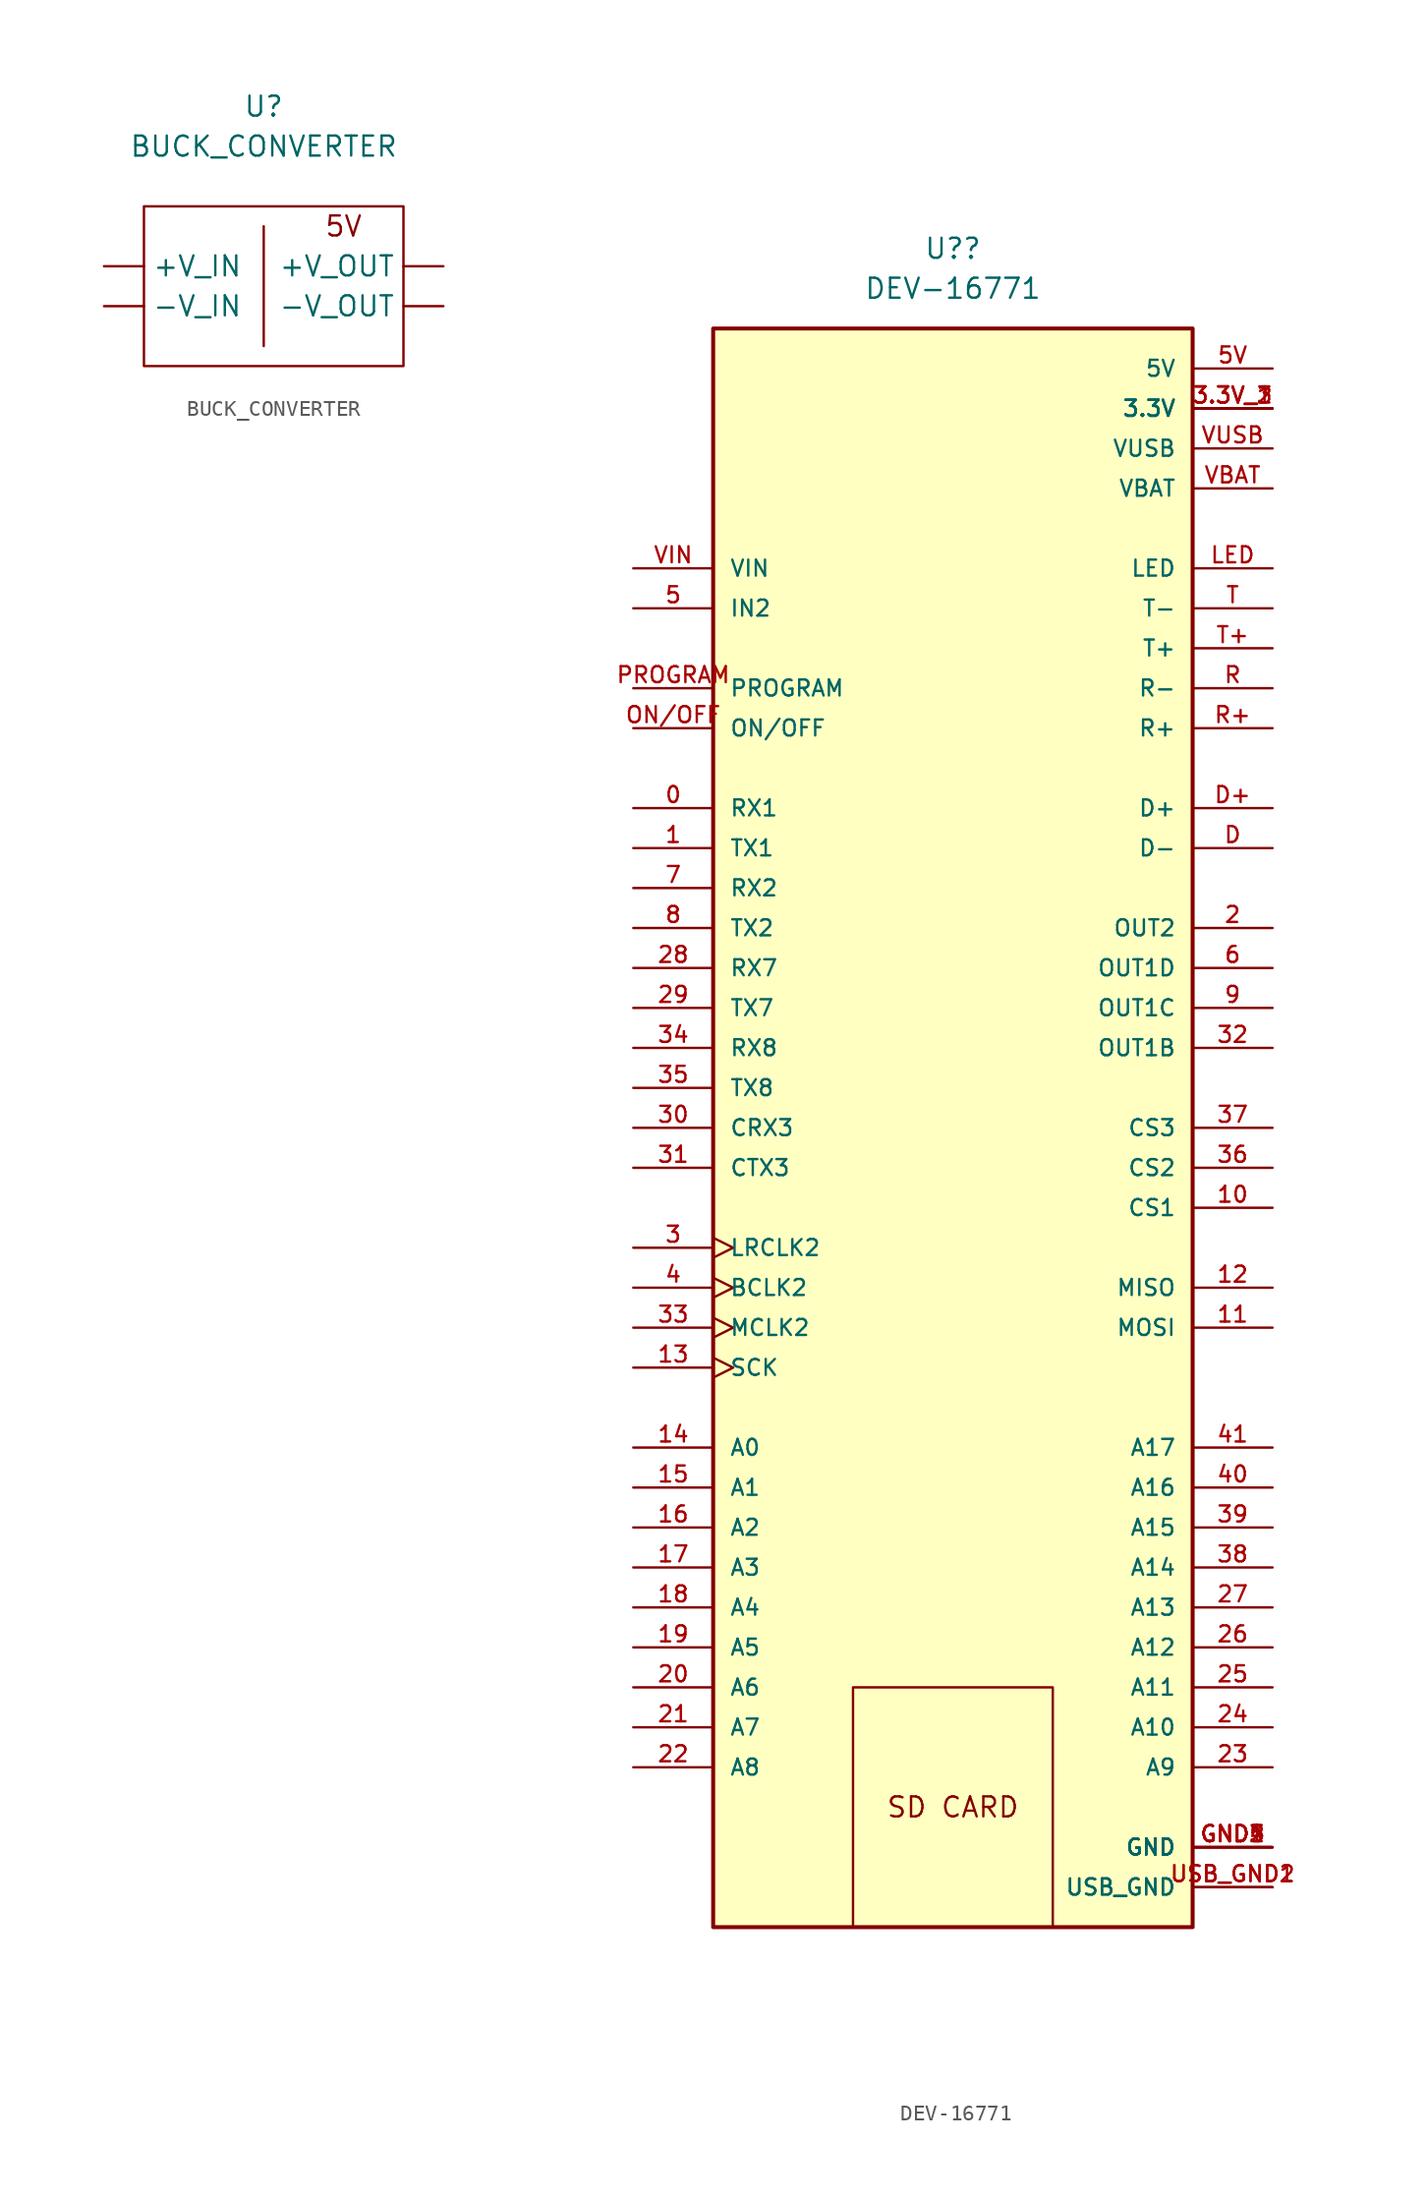
<source format=kicad_sym>
(kicad_symbol_lib
  (version 20211014)
  (generator kicad_symbol_editor)
  (symbol "BUCK_CONVERTER"
    (property "Reference" "U"
      (at 0 15.24 0)
      (effects (font (size 1.27 1.27))))
    (property "Value" "BUCK_CONVERTER"
      (at 0 12.7 0)
      (effects (font (size 1.27 1.27))))
    (symbol "BUCK_CONVERTER_0_0"
      (rectangle (start -7.62 8.89) (end 8.89 -1.27) (stroke (width 0) (type default) (color 0 0 0 0)) (fill (type none)))
      (polyline (pts (xy 0 7.62) (xy 0 0)) (stroke (width 0) (type default) (color 0 0 0 0)) (fill (type none)))
      (text "5V" (at 5.08 7.62 0) (effects (font (size 1.27 1.27)))))
    (symbol "BUCK_CONVERTER_1_1"
      (pin input line (at -10.16 5.08 0) (length 2.54) (name "+V_IN" (effects (font (size 1.27 1.27)))) (number "" (effects (font (size 1.27 1.27)))))
      (pin input line (at 11.43 5.08 180) (length 2.54) (name "+V_OUT" (effects (font (size 1.27 1.27)))) (number "" (effects (font (size 1.27 1.27)))))
      (pin input line (at -10.16 2.54 0) (length 2.54) (name "-V_IN" (effects (font (size 1.27 1.27)))) (number "" (effects (font (size 1.27 1.27)))))
      (pin input line (at 11.43 2.54 180) (length 2.54) (name "-V_OUT" (effects (font (size 1.27 1.27)))) (number "" (effects (font (size 1.27 1.27)))))))
  (symbol "DEV-16771"
    (pin_names
      (offset 1.016))
    (property "Reference" "U?"
      (at 0 55.88 0)
      (effects (font (size 1.27 1.27))))
    (property "Value" "DEV-16771"
      (at 0 53.34 0)
      (effects (font (size 1.27 1.27))))
    (property "ki_locked" ""
      (at 0 0 0)
      (effects (font (size 1.27 1.27))))
    (symbol "DEV-16771_0_0"
      (rectangle (start -15.24 -50.8) (end 15.24 50.8) (stroke (width 0.254) (type default) (color 0 0 0 0)) (fill (type background)))
      (text "SD CARD" (at 0 -43.18 0) (effects (font (size 1.27 1.27))))
      (pin bidirectional line (at -20.32 20.32 0) (length 5.08) (name "RX1" (effects (font (size 1.016 1.016)))) (number "0" (effects (font (size 1.016 1.016)))))
      (pin bidirectional line (at -20.32 17.78 0) (length 5.08) (name "TX1" (effects (font (size 1.016 1.016)))) (number "1" (effects (font (size 1.016 1.016)))))
      (pin bidirectional line (at 20.32 -5.08 180) (length 5.08) (name "CS1" (effects (font (size 1.016 1.016)))) (number "10" (effects (font (size 1.016 1.016)))))
      (pin bidirectional line (at 20.32 -12.7 180) (length 5.08) (name "MOSI" (effects (font (size 1.016 1.016)))) (number "11" (effects (font (size 1.016 1.016)))))
      (pin bidirectional line (at 20.32 -10.16 180) (length 5.08) (name "MISO" (effects (font (size 1.016 1.016)))) (number "12" (effects (font (size 1.016 1.016)))))
      (pin bidirectional clock (at -20.32 -15.24 0) (length 5.08) (name "SCK" (effects (font (size 1.016 1.016)))) (number "13" (effects (font (size 1.016 1.016)))))
      (pin bidirectional line (at -20.32 -20.32 0) (length 5.08) (name "A0" (effects (font (size 1.016 1.016)))) (number "14" (effects (font (size 1.016 1.016)))))
      (pin bidirectional line (at -20.32 -22.86 0) (length 5.08) (name "A1" (effects (font (size 1.016 1.016)))) (number "15" (effects (font (size 1.016 1.016)))))
      (pin bidirectional line (at -20.32 -25.4 0) (length 5.08) (name "A2" (effects (font (size 1.016 1.016)))) (number "16" (effects (font (size 1.016 1.016)))))
      (pin bidirectional line (at -20.32 -27.94 0) (length 5.08) (name "A3" (effects (font (size 1.016 1.016)))) (number "17" (effects (font (size 1.016 1.016)))))
      (pin bidirectional line (at -20.32 -30.48 0) (length 5.08) (name "A4" (effects (font (size 1.016 1.016)))) (number "18" (effects (font (size 1.016 1.016)))))
      (pin bidirectional line (at -20.32 -33.02 0) (length 5.08) (name "A5" (effects (font (size 1.016 1.016)))) (number "19" (effects (font (size 1.016 1.016)))))
      (pin output line (at 20.32 12.7 180) (length 5.08) (name "OUT2" (effects (font (size 1.016 1.016)))) (number "2" (effects (font (size 1.016 1.016)))))
      (pin bidirectional line (at -20.32 -35.56 0) (length 5.08) (name "A6" (effects (font (size 1.016 1.016)))) (number "20" (effects (font (size 1.016 1.016)))))
      (pin bidirectional line (at -20.32 -38.1 0) (length 5.08) (name "A7" (effects (font (size 1.016 1.016)))) (number "21" (effects (font (size 1.016 1.016)))))
      (pin bidirectional line (at -20.32 -40.64 0) (length 5.08) (name "A8" (effects (font (size 1.016 1.016)))) (number "22" (effects (font (size 1.016 1.016)))))
      (pin bidirectional line (at 20.32 -40.64 180) (length 5.08) (name "A9" (effects (font (size 1.016 1.016)))) (number "23" (effects (font (size 1.016 1.016)))))
      (pin bidirectional line (at 20.32 -38.1 180) (length 5.08) (name "A10" (effects (font (size 1.016 1.016)))) (number "24" (effects (font (size 1.016 1.016)))))
      (pin bidirectional line (at 20.32 -35.56 180) (length 5.08) (name "A11" (effects (font (size 1.016 1.016)))) (number "25" (effects (font (size 1.016 1.016)))))
      (pin bidirectional line (at 20.32 -33.02 180) (length 5.08) (name "A12" (effects (font (size 1.016 1.016)))) (number "26" (effects (font (size 1.016 1.016)))))
      (pin bidirectional line (at 20.32 -30.48 180) (length 5.08) (name "A13" (effects (font (size 1.016 1.016)))) (number "27" (effects (font (size 1.016 1.016)))))
      (pin bidirectional line (at -20.32 10.16 0) (length 5.08) (name "RX7" (effects (font (size 1.016 1.016)))) (number "28" (effects (font (size 1.016 1.016)))))
      (pin bidirectional line (at -20.32 7.62 0) (length 5.08) (name "TX7" (effects (font (size 1.016 1.016)))) (number "29" (effects (font (size 1.016 1.016)))))
      (pin bidirectional clock (at -20.32 -7.62 0) (length 5.08) (name "LRCLK2" (effects (font (size 1.016 1.016)))) (number "3" (effects (font (size 1.016 1.016)))))
      (pin power_in line (at 20.32 45.72 180) (length 5.08) (name "3.3V" (effects (font (size 1.016 1.016)))) (number "3.3V_1" (effects (font (size 1.016 1.016)))))
      (pin power_in line (at 20.32 45.72 180) (length 5.08) (name "3.3V" (effects (font (size 1.016 1.016)))) (number "3.3V_2" (effects (font (size 1.016 1.016)))))
      (pin power_in line (at 20.32 45.72 180) (length 5.08) (name "3.3V" (effects (font (size 1.016 1.016)))) (number "3.3V_3" (effects (font (size 1.016 1.016)))))
      (pin bidirectional line (at -20.32 0 0) (length 5.08) (name "CRX3" (effects (font (size 1.016 1.016)))) (number "30" (effects (font (size 1.016 1.016)))))
      (pin bidirectional line (at -20.32 -2.54 0) (length 5.08) (name "CTX3" (effects (font (size 1.016 1.016)))) (number "31" (effects (font (size 1.016 1.016)))))
      (pin output line (at 20.32 5.08 180) (length 5.08) (name "OUT1B" (effects (font (size 1.016 1.016)))) (number "32" (effects (font (size 1.016 1.016)))))
      (pin bidirectional clock (at -20.32 -12.7 0) (length 5.08) (name "MCLK2" (effects (font (size 1.016 1.016)))) (number "33" (effects (font (size 1.016 1.016)))))
      (pin bidirectional line (at -20.32 5.08 0) (length 5.08) (name "RX8" (effects (font (size 1.016 1.016)))) (number "34" (effects (font (size 1.016 1.016)))))
      (pin bidirectional line (at -20.32 2.54 0) (length 5.08) (name "TX8" (effects (font (size 1.016 1.016)))) (number "35" (effects (font (size 1.016 1.016)))))
      (pin bidirectional line (at 20.32 -2.54 180) (length 5.08) (name "CS2" (effects (font (size 1.016 1.016)))) (number "36" (effects (font (size 1.016 1.016)))))
      (pin bidirectional line (at 20.32 0 180) (length 5.08) (name "CS3" (effects (font (size 1.016 1.016)))) (number "37" (effects (font (size 1.016 1.016)))))
      (pin bidirectional line (at 20.32 -27.94 180) (length 5.08) (name "A14" (effects (font (size 1.016 1.016)))) (number "38" (effects (font (size 1.016 1.016)))))
      (pin bidirectional line (at 20.32 -25.4 180) (length 5.08) (name "A15" (effects (font (size 1.016 1.016)))) (number "39" (effects (font (size 1.016 1.016)))))
      (pin bidirectional clock (at -20.32 -10.16 0) (length 5.08) (name "BCLK2" (effects (font (size 1.016 1.016)))) (number "4" (effects (font (size 1.016 1.016)))))
      (pin bidirectional line (at 20.32 -22.86 180) (length 5.08) (name "A16" (effects (font (size 1.016 1.016)))) (number "40" (effects (font (size 1.016 1.016)))))
      (pin bidirectional line (at 20.32 -20.32 180) (length 5.08) (name "A17" (effects (font (size 1.016 1.016)))) (number "41" (effects (font (size 1.016 1.016)))))
      (pin bidirectional line (at -20.32 33.02 0) (length 5.08) (name "IN2" (effects (font (size 1.016 1.016)))) (number "5" (effects (font (size 1.016 1.016)))))
      (pin power_in line (at 20.32 48.26 180) (length 5.08) (name "5V" (effects (font (size 1.016 1.016)))) (number "5V" (effects (font (size 1.016 1.016)))))
      (pin output line (at 20.32 10.16 180) (length 5.08) (name "OUT1D" (effects (font (size 1.016 1.016)))) (number "6" (effects (font (size 1.016 1.016)))))
      (pin bidirectional line (at -20.32 15.24 0) (length 5.08) (name "RX2" (effects (font (size 1.016 1.016)))) (number "7" (effects (font (size 1.016 1.016)))))
      (pin bidirectional line (at -20.32 12.7 0) (length 5.08) (name "TX2" (effects (font (size 1.016 1.016)))) (number "8" (effects (font (size 1.016 1.016)))))
      (pin output line (at 20.32 7.62 180) (length 5.08) (name "OUT1C" (effects (font (size 1.016 1.016)))) (number "9" (effects (font (size 1.016 1.016)))))
      (pin bidirectional line (at 20.32 17.78 180) (length 5.08) (name "D-" (effects (font (size 1.016 1.016)))) (number "D" (effects (font (size 1.016 1.016)))))
      (pin bidirectional line (at 20.32 20.32 180) (length 5.08) (name "D+" (effects (font (size 1.016 1.016)))) (number "D+" (effects (font (size 1.016 1.016)))))
      (pin power_in line (at 20.32 -45.72 180) (length 5.08) (name "GND" (effects (font (size 1.016 1.016)))) (number "GND1" (effects (font (size 1.016 1.016)))))
      (pin power_in line (at 20.32 -45.72 180) (length 5.08) (name "GND" (effects (font (size 1.016 1.016)))) (number "GND2" (effects (font (size 1.016 1.016)))))
      (pin power_in line (at 20.32 -45.72 180) (length 5.08) (name "GND" (effects (font (size 1.016 1.016)))) (number "GND3" (effects (font (size 1.016 1.016)))))
      (pin power_in line (at 20.32 -45.72 180) (length 5.08) (name "GND" (effects (font (size 1.016 1.016)))) (number "GND4" (effects (font (size 1.016 1.016)))))
      (pin power_in line (at 20.32 -45.72 180) (length 5.08) (name "GND" (effects (font (size 1.016 1.016)))) (number "GND5" (effects (font (size 1.016 1.016)))))
      (pin bidirectional line (at 20.32 35.56 180) (length 5.08) (name "LED" (effects (font (size 1.016 1.016)))) (number "LED" (effects (font (size 1.016 1.016)))))
      (pin bidirectional line (at -20.32 25.4 0) (length 5.08) (name "ON/OFF" (effects (font (size 1.016 1.016)))) (number "ON/OFF" (effects (font (size 1.016 1.016)))))
      (pin bidirectional line (at -20.32 27.94 0) (length 5.08) (name "PROGRAM" (effects (font (size 1.016 1.016)))) (number "PROGRAM" (effects (font (size 1.016 1.016)))))
      (pin bidirectional line (at 20.32 27.94 180) (length 5.08) (name "R-" (effects (font (size 1.016 1.016)))) (number "R" (effects (font (size 1.016 1.016)))))
      (pin bidirectional line (at 20.32 25.4 180) (length 5.08) (name "R+" (effects (font (size 1.016 1.016)))) (number "R+" (effects (font (size 1.016 1.016)))))
      (pin bidirectional line (at 20.32 33.02 180) (length 5.08) (name "T-" (effects (font (size 1.016 1.016)))) (number "T" (effects (font (size 1.016 1.016)))))
      (pin bidirectional line (at 20.32 30.48 180) (length 5.08) (name "T+" (effects (font (size 1.016 1.016)))) (number "T+" (effects (font (size 1.016 1.016)))))
      (pin power_in line (at 20.32 -48.26 180) (length 5.08) (name "USB_GND" (effects (font (size 1.016 1.016)))) (number "USB_GND1" (effects (font (size 1.016 1.016)))))
      (pin power_in line (at 20.32 -48.26 180) (length 5.08) (name "USB_GND" (effects (font (size 1.016 1.016)))) (number "USB_GND2" (effects (font (size 1.016 1.016)))))
      (pin passive line (at 20.32 40.64 180) (length 5.08) (name "VBAT" (effects (font (size 1.016 1.016)))) (number "VBAT" (effects (font (size 1.016 1.016)))))
      (pin input line (at -20.32 35.56 0) (length 5.08) (name "VIN" (effects (font (size 1.016 1.016)))) (number "VIN" (effects (font (size 1.016 1.016)))))
      (pin passive line (at 20.32 43.18 180) (length 5.08) (name "VUSB" (effects (font (size 1.016 1.016)))) (number "VUSB" (effects (font (size 1.016 1.016))))))
    (symbol "DEV-16771_1_1"
      (rectangle (start -6.35 -35.56) (end 6.35 -50.8) (stroke (width 0) (type default) (color 0 0 0 0)) (fill (type none))))))
</source>
